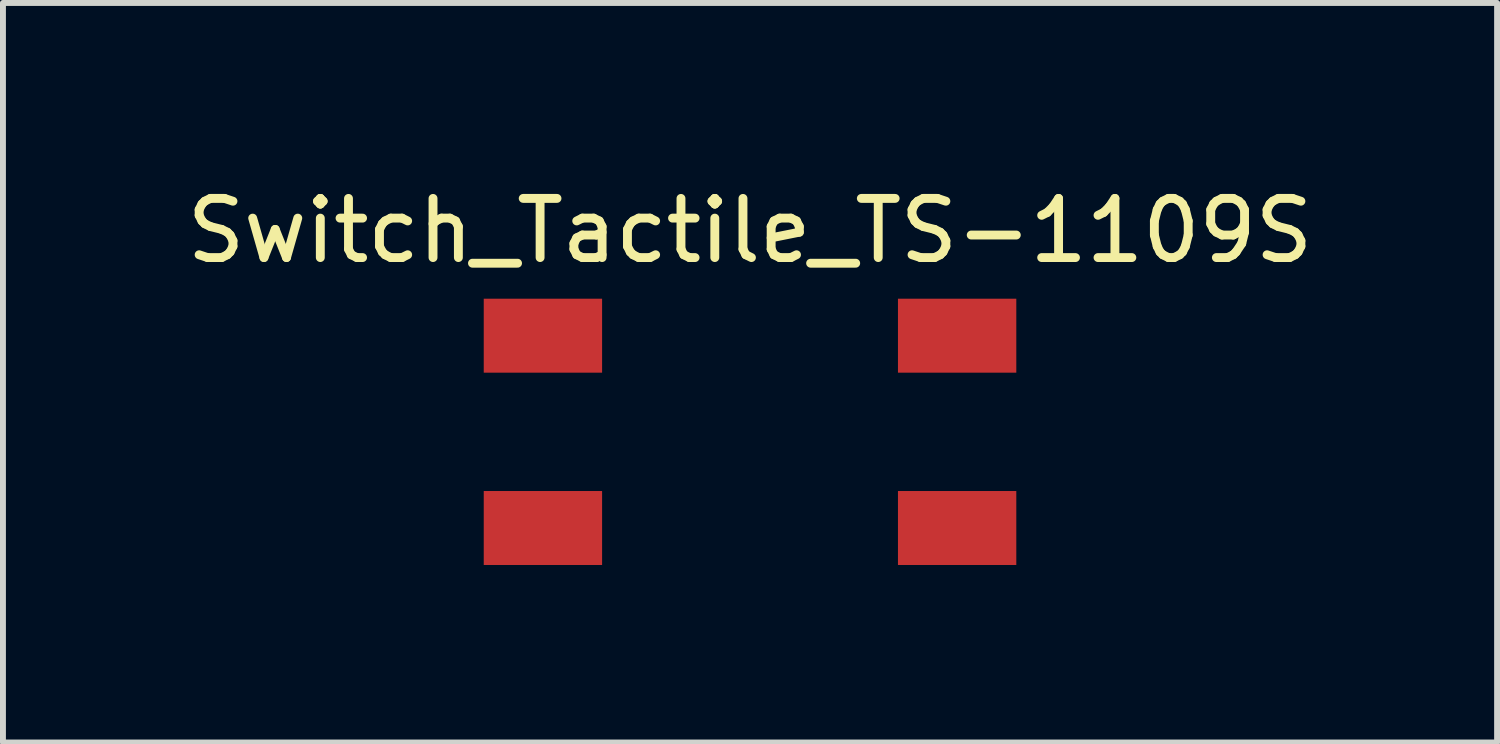
<source format=kicad_pcb>
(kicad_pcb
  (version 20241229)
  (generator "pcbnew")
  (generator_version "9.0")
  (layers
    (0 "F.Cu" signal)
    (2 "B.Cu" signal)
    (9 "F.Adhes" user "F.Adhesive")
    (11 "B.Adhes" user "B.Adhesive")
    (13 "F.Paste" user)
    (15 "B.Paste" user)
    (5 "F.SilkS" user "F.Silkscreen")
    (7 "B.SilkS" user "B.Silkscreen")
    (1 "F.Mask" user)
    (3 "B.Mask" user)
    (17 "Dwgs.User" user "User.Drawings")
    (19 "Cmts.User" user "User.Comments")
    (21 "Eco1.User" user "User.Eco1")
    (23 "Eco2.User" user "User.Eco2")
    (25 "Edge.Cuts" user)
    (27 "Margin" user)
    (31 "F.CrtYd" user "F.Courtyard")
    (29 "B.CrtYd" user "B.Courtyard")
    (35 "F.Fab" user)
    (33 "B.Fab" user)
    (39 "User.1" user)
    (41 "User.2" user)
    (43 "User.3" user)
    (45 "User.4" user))
  (footprint "Switch_Tactile_TS-1109S"
    (layer "F.Cu")
    (at 9.625 4.248)
    (property "Reference" "Switch_Tactile_TS-1109S" (at 0 -3.4 0) (layer "F.SilkS") (effects (font (size 1 1) (thickness 0.15))))
    (attr through_hole)
    (pad "1" smd rect (at -3.5 -1.625) (size 2 1.25) (layers "F.Cu" "F.Mask" "F.Paste"))
    (pad "2" smd rect (at 3.5 -1.625) (size 2 1.25) (layers "F.Cu" "F.Mask" "F.Paste"))
    (pad "3" smd rect (at -3.5 1.625) (size 2 1.25) (layers "F.Cu" "F.Mask" "F.Paste"))
    (pad "4" smd rect (at 3.5 1.625) (size 2 1.25) (layers "F.Cu" "F.Mask" "F.Paste")))
  (gr_rect
    (start -3 -3)
    (end 22.25 9.498)
    (stroke (width 0.1) (type default))
    (fill no)
    (layer "Edge.Cuts")))
</source>
